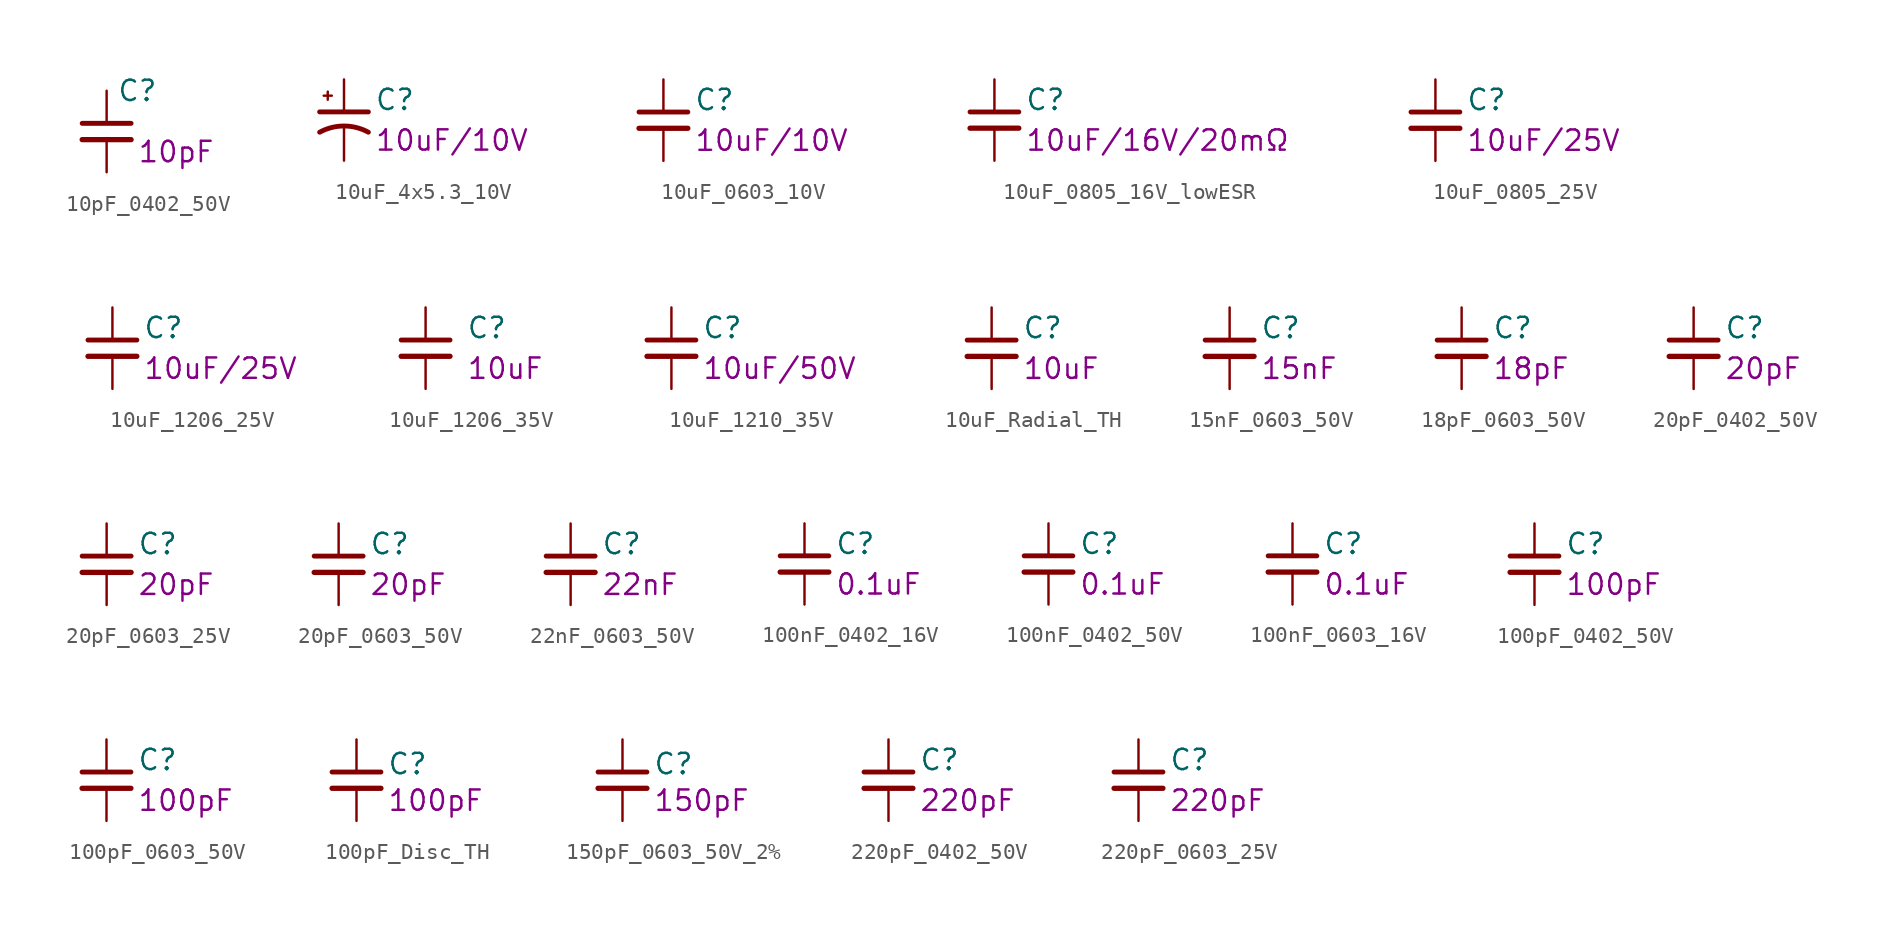
<source format=kicad_sym>
(kicad_symbol_lib
  (version 20211014)
  (generator kicad_symbol_editor)
  (symbol "10pF_0402_50V"
    (pin_numbers hide)
    (pin_names
      (offset 0.254))
    (property "Reference" "C"
      (at 0.635 2.54 0)
      (effects (font (size 1.27 1.27)) (justify left)))
    (property "Display" "10pF"
      (at 1.905 -1.27 0)
      (effects (font (size 1.27 1.27)) (justify left)))
    (symbol "10pF_0402_50V_1_1"
      (polyline (pts (xy -1.524 -0.508) (xy 1.524 -0.508)) (stroke (width 0.33) (type default) (color 0 0 0 0)) (fill (type none)))
      (polyline (pts (xy -1.524 0.508) (xy 1.524 0.508)) (stroke (width 0.305) (type default) (color 0 0 0 0)) (fill (type none)))
      (pin passive line (at 0 2.54 270) (length 2.032) (name "~" (effects (font (size 1.27 1.27)))) (number "1" (effects (font (size 1.27 1.27)))))
      (pin passive line (at 0 -2.54 90) (length 2.032) (name "~" (effects (font (size 1.27 1.27)))) (number "2" (effects (font (size 1.27 1.27)))))))
  (symbol "10uF_4x5.3_10V"
    (pin_numbers hide)
    (pin_names
      (offset 0.254) hide)
    (property "Reference" "C"
      (at 1.905 1.27 0)
      (effects (font (size 1.27 1.27)) (justify left)))
    (property "Display" "10uF/10V"
      (at 1.905 -1.27 0)
      (effects (font (size 1.27 1.27)) (justify left)))
    (symbol "10uF_4x5.3_10V_0_1"
      (polyline (pts (xy -1.524 0.508) (xy 1.524 0.508)) (stroke (width 0.305) (type default) (color 0 0 0 0)) (fill (type none)))
      (polyline (pts (xy -1.27 1.524) (xy -0.762 1.524)) (stroke (width 0) (type default) (color 0 0 0 0)) (fill (type none)))
      (polyline (pts (xy -1.016 1.27) (xy -1.016 1.778)) (stroke (width 0) (type default) (color 0 0 0 0)) (fill (type none)))
      (arc (start 1.524 -0.762) (mid 0 -0.3734) (end -1.524 -0.762) (stroke (width 0.3048) (type default) (color 0 0 0 0)) (fill (type none))))
    (symbol "10uF_4x5.3_10V_1_1"
      (pin passive line (at 0 2.54 270) (length 2.032) (name "~" (effects (font (size 1.27 1.27)))) (number "1" (effects (font (size 1.27 1.27)))))
      (pin passive line (at 0 -2.54 90) (length 2.032) (name "~" (effects (font (size 1.27 1.27)))) (number "2" (effects (font (size 1.27 1.27)))))))
  (symbol "10uF_0603_10V"
    (pin_numbers hide)
    (pin_names
      (offset 0.254) hide)
    (property "Reference" "C"
      (at 1.905 1.27 0)
      (effects (font (size 1.27 1.27)) (justify left)))
    (property "Display" "10uF/10V"
      (at 1.905 -1.27 0)
      (effects (font (size 1.27 1.27)) (justify left)))
    (symbol "10uF_0603_10V_0_1"
      (polyline (pts (xy -1.524 -0.508) (xy 1.524 -0.508)) (stroke (width 0.33) (type default) (color 0 0 0 0)) (fill (type none)))
      (polyline (pts (xy -1.524 0.508) (xy 1.524 0.508)) (stroke (width 0.305) (type default) (color 0 0 0 0)) (fill (type none))))
    (symbol "10uF_0603_10V_1_1"
      (pin passive line (at 0 2.54 270) (length 2.032) (name "~" (effects (font (size 1.27 1.27)))) (number "1" (effects (font (size 1.27 1.27)))))
      (pin passive line (at 0 -2.54 90) (length 2.032) (name "~" (effects (font (size 1.27 1.27)))) (number "2" (effects (font (size 1.27 1.27)))))))
  (symbol "10uF_0805_16V_lowESR"
    (pin_numbers hide)
    (pin_names
      (offset 0.254) hide)
    (property "Reference" "C"
      (at 1.905 1.27 0)
      (effects (font (size 1.27 1.27)) (justify left)))
    (property "Display" "10uF/16V/20mΩ"
      (at 1.905 -1.27 0)
      (effects (font (size 1.27 1.27)) (justify left)))
    (symbol "10uF_0805_16V_lowESR_0_1"
      (polyline (pts (xy -1.524 -0.508) (xy 1.524 -0.508)) (stroke (width 0.33) (type default) (color 0 0 0 0)) (fill (type none)))
      (polyline (pts (xy -1.524 0.508) (xy 1.524 0.508)) (stroke (width 0.305) (type default) (color 0 0 0 0)) (fill (type none))))
    (symbol "10uF_0805_16V_lowESR_1_1"
      (pin passive line (at 0 2.54 270) (length 2.032) (name "~" (effects (font (size 1.27 1.27)))) (number "1" (effects (font (size 1.27 1.27)))))
      (pin passive line (at 0 -2.54 90) (length 2.032) (name "~" (effects (font (size 1.27 1.27)))) (number "2" (effects (font (size 1.27 1.27)))))))
  (symbol "10uF_0805_25V"
    (pin_numbers hide)
    (pin_names
      (offset 0.254) hide)
    (property "Reference" "C"
      (at 1.905 1.27 0)
      (effects (font (size 1.27 1.27)) (justify left)))
    (property "Display" "10uF/25V"
      (at 1.905 -1.27 0)
      (effects (font (size 1.27 1.27)) (justify left)))
    (symbol "10uF_0805_25V_0_1"
      (polyline (pts (xy -1.524 -0.508) (xy 1.524 -0.508)) (stroke (width 0.33) (type default) (color 0 0 0 0)) (fill (type none)))
      (polyline (pts (xy -1.524 0.508) (xy 1.524 0.508)) (stroke (width 0.305) (type default) (color 0 0 0 0)) (fill (type none))))
    (symbol "10uF_0805_25V_1_1"
      (pin passive line (at 0 2.54 270) (length 2.032) (name "~" (effects (font (size 1.27 1.27)))) (number "1" (effects (font (size 1.27 1.27)))))
      (pin passive line (at 0 -2.54 90) (length 2.032) (name "~" (effects (font (size 1.27 1.27)))) (number "2" (effects (font (size 1.27 1.27)))))))
  (symbol "10uF_1206_25V"
    (pin_numbers hide)
    (pin_names
      (offset 0.254) hide)
    (property "Reference" "C"
      (at 1.905 1.27 0)
      (effects (font (size 1.27 1.27)) (justify left)))
    (property "Display" "10uF/25V"
      (at 1.905 -1.27 0)
      (effects (font (size 1.27 1.27)) (justify left)))
    (symbol "10uF_1206_25V_0_1"
      (polyline (pts (xy -1.524 -0.508) (xy 1.524 -0.508)) (stroke (width 0.33) (type default) (color 0 0 0 0)) (fill (type none)))
      (polyline (pts (xy -1.524 0.508) (xy 1.524 0.508)) (stroke (width 0.305) (type default) (color 0 0 0 0)) (fill (type none))))
    (symbol "10uF_1206_25V_1_1"
      (pin passive line (at 0 2.54 270) (length 2.032) (name "~" (effects (font (size 1.27 1.27)))) (number "1" (effects (font (size 1.27 1.27)))))
      (pin passive line (at 0 -2.54 90) (length 2.032) (name "~" (effects (font (size 1.27 1.27)))) (number "2" (effects (font (size 1.27 1.27)))))))
  (symbol "10uF_1206_35V"
    (pin_numbers hide)
    (pin_names
      (offset 0.254))
    (property "Reference" "C"
      (at 2.54 1.27 0)
      (effects (font (size 1.27 1.27)) (justify left)))
    (property "Display" "10uF"
      (at 2.54 -1.27 0)
      (effects (font (size 1.27 1.27)) (justify left)))
    (symbol "10uF_1206_35V_1_1"
      (polyline (pts (xy -1.524 -0.508) (xy 1.524 -0.508)) (stroke (width 0.33) (type default) (color 0 0 0 0)) (fill (type none)))
      (polyline (pts (xy -1.524 0.508) (xy 1.524 0.508)) (stroke (width 0.305) (type default) (color 0 0 0 0)) (fill (type none)))
      (pin passive line (at 0 2.54 270) (length 2.032) (name "~" (effects (font (size 1.27 1.27)))) (number "1" (effects (font (size 1.27 1.27)))))
      (pin passive line (at 0 -2.54 90) (length 2.032) (name "~" (effects (font (size 1.27 1.27)))) (number "2" (effects (font (size 1.27 1.27)))))))
  (symbol "10uF_1210_35V"
    (pin_numbers hide)
    (pin_names
      (offset 0.254))
    (property "Reference" "C"
      (at 1.905 1.27 0)
      (effects (font (size 1.27 1.27)) (justify left)))
    (property "Display" "10uF/50V"
      (at 1.905 -1.27 0)
      (effects (font (size 1.27 1.27)) (justify left)))
    (symbol "10uF_1210_35V_1_1"
      (polyline (pts (xy -1.524 -0.508) (xy 1.524 -0.508)) (stroke (width 0.33) (type default) (color 0 0 0 0)) (fill (type none)))
      (polyline (pts (xy -1.524 0.508) (xy 1.524 0.508)) (stroke (width 0.305) (type default) (color 0 0 0 0)) (fill (type none)))
      (pin passive line (at 0 2.54 270) (length 2.032) (name "~" (effects (font (size 1.27 1.27)))) (number "1" (effects (font (size 1.27 1.27)))))
      (pin passive line (at 0 -2.54 90) (length 2.032) (name "~" (effects (font (size 1.27 1.27)))) (number "2" (effects (font (size 1.27 1.27)))))))
  (symbol "10uF_Radial_TH"
    (pin_numbers hide)
    (pin_names
      (offset 0.254))
    (property "Reference" "C"
      (at 1.905 1.27 0)
      (effects (font (size 1.27 1.27)) (justify left)))
    (property "Display" "10uF"
      (at 1.905 -1.27 0)
      (effects (font (size 1.27 1.27)) (justify left)))
    (symbol "10uF_Radial_TH_1_1"
      (polyline (pts (xy -1.524 -0.508) (xy 1.524 -0.508)) (stroke (width 0.33) (type default) (color 0 0 0 0)) (fill (type none)))
      (polyline (pts (xy -1.524 0.508) (xy 1.524 0.508)) (stroke (width 0.305) (type default) (color 0 0 0 0)) (fill (type none)))
      (pin passive line (at 0 2.54 270) (length 2.032) (name "~" (effects (font (size 1.27 1.27)))) (number "1" (effects (font (size 1.27 1.27)))))
      (pin passive line (at 0 -2.54 90) (length 2.032) (name "~" (effects (font (size 1.27 1.27)))) (number "2" (effects (font (size 1.27 1.27)))))))
  (symbol "15nF_0603_50V"
    (pin_numbers hide)
    (pin_names
      (offset 0.254) hide)
    (property "Reference" "C"
      (at 1.905 1.27 0)
      (effects (font (size 1.27 1.27)) (justify left)))
    (property "Display" "15nF"
      (at 1.905 -1.27 0)
      (effects (font (size 1.27 1.27)) (justify left)))
    (symbol "15nF_0603_50V_0_1"
      (polyline (pts (xy -1.524 -0.508) (xy 1.524 -0.508)) (stroke (width 0.33) (type default) (color 0 0 0 0)) (fill (type none)))
      (polyline (pts (xy -1.524 0.508) (xy 1.524 0.508)) (stroke (width 0.305) (type default) (color 0 0 0 0)) (fill (type none))))
    (symbol "15nF_0603_50V_1_1"
      (pin passive line (at 0 2.54 270) (length 2.032) (name "~" (effects (font (size 1.27 1.27)))) (number "1" (effects (font (size 1.27 1.27)))))
      (pin passive line (at 0 -2.54 90) (length 2.032) (name "~" (effects (font (size 1.27 1.27)))) (number "2" (effects (font (size 1.27 1.27)))))))
  (symbol "18pF_0603_50V"
    (pin_numbers hide)
    (pin_names
      (offset 0.254) hide)
    (property "Reference" "C"
      (at 1.905 1.27 0)
      (effects (font (size 1.27 1.27)) (justify left)))
    (property "Display" "18pF"
      (at 1.905 -1.27 0)
      (effects (font (size 1.27 1.27)) (justify left)))
    (symbol "18pF_0603_50V_0_1"
      (polyline (pts (xy -1.524 -0.508) (xy 1.524 -0.508)) (stroke (width 0.33) (type default) (color 0 0 0 0)) (fill (type none)))
      (polyline (pts (xy -1.524 0.508) (xy 1.524 0.508)) (stroke (width 0.305) (type default) (color 0 0 0 0)) (fill (type none))))
    (symbol "18pF_0603_50V_1_1"
      (pin passive line (at 0 2.54 270) (length 2.032) (name "~" (effects (font (size 1.27 1.27)))) (number "1" (effects (font (size 1.27 1.27)))))
      (pin passive line (at 0 -2.54 90) (length 2.032) (name "~" (effects (font (size 1.27 1.27)))) (number "2" (effects (font (size 1.27 1.27)))))))
  (symbol "20pF_0402_50V"
    (pin_numbers hide)
    (pin_names
      (offset 0.254) hide)
    (property "Reference" "C"
      (at 1.905 1.27 0)
      (effects (font (size 1.27 1.27)) (justify left)))
    (property "Display" "20pF"
      (at 1.905 -1.27 0)
      (effects (font (size 1.27 1.27)) (justify left)))
    (symbol "20pF_0402_50V_0_1"
      (polyline (pts (xy -1.524 -0.508) (xy 1.524 -0.508)) (stroke (width 0.33) (type default) (color 0 0 0 0)) (fill (type none)))
      (polyline (pts (xy -1.524 0.508) (xy 1.524 0.508)) (stroke (width 0.305) (type default) (color 0 0 0 0)) (fill (type none))))
    (symbol "20pF_0402_50V_1_1"
      (pin passive line (at 0 2.54 270) (length 2.032) (name "~" (effects (font (size 1.27 1.27)))) (number "1" (effects (font (size 1.27 1.27)))))
      (pin passive line (at 0 -2.54 90) (length 2.032) (name "~" (effects (font (size 1.27 1.27)))) (number "2" (effects (font (size 1.27 1.27)))))))
  (symbol "20pF_0603_25V"
    (pin_numbers hide)
    (pin_names
      (offset 0.254) hide)
    (property "Reference" "C"
      (at 1.905 1.27 0)
      (effects (font (size 1.27 1.27)) (justify left)))
    (property "Display" "20pF"
      (at 1.905 -1.27 0)
      (effects (font (size 1.27 1.27)) (justify left)))
    (symbol "20pF_0603_25V_0_1"
      (polyline (pts (xy -1.524 -0.508) (xy 1.524 -0.508)) (stroke (width 0.33) (type default) (color 0 0 0 0)) (fill (type none)))
      (polyline (pts (xy -1.524 0.508) (xy 1.524 0.508)) (stroke (width 0.305) (type default) (color 0 0 0 0)) (fill (type none))))
    (symbol "20pF_0603_25V_1_1"
      (pin passive line (at 0 2.54 270) (length 2.032) (name "~" (effects (font (size 1.27 1.27)))) (number "1" (effects (font (size 1.27 1.27)))))
      (pin passive line (at 0 -2.54 90) (length 2.032) (name "~" (effects (font (size 1.27 1.27)))) (number "2" (effects (font (size 1.27 1.27)))))))
  (symbol "20pF_0603_50V"
    (pin_numbers hide)
    (pin_names
      (offset 0.254) hide)
    (property "Reference" "C"
      (at 1.905 1.27 0)
      (effects (font (size 1.27 1.27)) (justify left)))
    (property "Display" "20pF"
      (at 1.905 -1.27 0)
      (effects (font (size 1.27 1.27)) (justify left)))
    (symbol "20pF_0603_50V_0_1"
      (polyline (pts (xy -1.524 -0.508) (xy 1.524 -0.508)) (stroke (width 0.33) (type default) (color 0 0 0 0)) (fill (type none)))
      (polyline (pts (xy -1.524 0.508) (xy 1.524 0.508)) (stroke (width 0.305) (type default) (color 0 0 0 0)) (fill (type none))))
    (symbol "20pF_0603_50V_1_1"
      (pin passive line (at 0 2.54 270) (length 2.032) (name "~" (effects (font (size 1.27 1.27)))) (number "1" (effects (font (size 1.27 1.27)))))
      (pin passive line (at 0 -2.54 90) (length 2.032) (name "~" (effects (font (size 1.27 1.27)))) (number "2" (effects (font (size 1.27 1.27)))))))
  (symbol "22nF_0603_50V"
    (pin_numbers hide)
    (pin_names
      (offset 0.254) hide)
    (property "Reference" "C"
      (at 1.905 1.27 0)
      (effects (font (size 1.27 1.27)) (justify left)))
    (property "Display" "22nF"
      (at 1.905 -1.27 0)
      (effects (font (size 1.27 1.27)) (justify left)))
    (symbol "22nF_0603_50V_0_1"
      (polyline (pts (xy -1.524 -0.508) (xy 1.524 -0.508)) (stroke (width 0.33) (type default) (color 0 0 0 0)) (fill (type none)))
      (polyline (pts (xy -1.524 0.508) (xy 1.524 0.508)) (stroke (width 0.305) (type default) (color 0 0 0 0)) (fill (type none))))
    (symbol "22nF_0603_50V_1_1"
      (pin passive line (at 0 2.54 270) (length 2.032) (name "~" (effects (font (size 1.27 1.27)))) (number "1" (effects (font (size 1.27 1.27)))))
      (pin passive line (at 0 -2.54 90) (length 2.032) (name "~" (effects (font (size 1.27 1.27)))) (number "2" (effects (font (size 1.27 1.27)))))))
  (symbol "100nF_0402_16V"
    (pin_numbers hide)
    (pin_names
      (offset 0.254) hide)
    (property "Reference" "C"
      (at 1.905 1.27 0)
      (effects (font (size 1.27 1.27)) (justify left)))
    (property "Display" "0.1uF"
      (at 1.905 -1.27 0)
      (effects (font (size 1.27 1.27)) (justify left)))
    (symbol "100nF_0402_16V_0_1"
      (polyline (pts (xy -1.524 -0.508) (xy 1.524 -0.508)) (stroke (width 0.33) (type default) (color 0 0 0 0)) (fill (type none)))
      (polyline (pts (xy -1.524 0.508) (xy 1.524 0.508)) (stroke (width 0.305) (type default) (color 0 0 0 0)) (fill (type none))))
    (symbol "100nF_0402_16V_1_1"
      (pin passive line (at 0 2.54 270) (length 2.032) (name "~" (effects (font (size 1.27 1.27)))) (number "1" (effects (font (size 1.27 1.27)))))
      (pin passive line (at 0 -2.54 90) (length 2.032) (name "~" (effects (font (size 1.27 1.27)))) (number "2" (effects (font (size 1.27 1.27)))))))
  (symbol "100nF_0402_50V"
    (pin_numbers hide)
    (pin_names
      (offset 0.254) hide)
    (property "Reference" "C"
      (at 1.905 1.27 0)
      (effects (font (size 1.27 1.27)) (justify left)))
    (property "Display" "0.1uF"
      (at 1.905 -1.27 0)
      (effects (font (size 1.27 1.27)) (justify left)))
    (symbol "100nF_0402_50V_0_1"
      (polyline (pts (xy -1.524 -0.508) (xy 1.524 -0.508)) (stroke (width 0.33) (type default) (color 0 0 0 0)) (fill (type none)))
      (polyline (pts (xy -1.524 0.508) (xy 1.524 0.508)) (stroke (width 0.305) (type default) (color 0 0 0 0)) (fill (type none))))
    (symbol "100nF_0402_50V_1_1"
      (pin passive line (at 0 2.54 270) (length 2.032) (name "~" (effects (font (size 1.27 1.27)))) (number "1" (effects (font (size 1.27 1.27)))))
      (pin passive line (at 0 -2.54 90) (length 2.032) (name "~" (effects (font (size 1.27 1.27)))) (number "2" (effects (font (size 1.27 1.27)))))))
  (symbol "100nF_0603_16V"
    (pin_numbers hide)
    (pin_names
      (offset 0.254) hide)
    (property "Reference" "C"
      (at 1.905 1.27 0)
      (effects (font (size 1.27 1.27)) (justify left)))
    (property "Display" "0.1uF"
      (at 1.905 -1.27 0)
      (effects (font (size 1.27 1.27)) (justify left)))
    (symbol "100nF_0603_16V_0_1"
      (polyline (pts (xy -1.524 -0.508) (xy 1.524 -0.508)) (stroke (width 0.33) (type default) (color 0 0 0 0)) (fill (type none)))
      (polyline (pts (xy -1.524 0.508) (xy 1.524 0.508)) (stroke (width 0.305) (type default) (color 0 0 0 0)) (fill (type none))))
    (symbol "100nF_0603_16V_1_1"
      (pin passive line (at 0 2.54 270) (length 2.032) (name "~" (effects (font (size 1.27 1.27)))) (number "1" (effects (font (size 1.27 1.27)))))
      (pin passive line (at 0 -2.54 90) (length 2.032) (name "~" (effects (font (size 1.27 1.27)))) (number "2" (effects (font (size 1.27 1.27)))))))
  (symbol "100pF_0402_50V"
    (pin_numbers hide)
    (pin_names
      (offset 0.254) hide)
    (property "Reference" "C"
      (at 1.905 1.27 0)
      (effects (font (size 1.27 1.27)) (justify left)))
    (property "Display" "100pF"
      (at 1.905 -1.27 0)
      (effects (font (size 1.27 1.27)) (justify left)))
    (symbol "100pF_0402_50V_0_1"
      (polyline (pts (xy -1.524 -0.508) (xy 1.524 -0.508)) (stroke (width 0.33) (type default) (color 0 0 0 0)) (fill (type none)))
      (polyline (pts (xy -1.524 0.508) (xy 1.524 0.508)) (stroke (width 0.305) (type default) (color 0 0 0 0)) (fill (type none))))
    (symbol "100pF_0402_50V_1_1"
      (pin passive line (at 0 2.54 270) (length 2.032) (name "~" (effects (font (size 1.27 1.27)))) (number "1" (effects (font (size 1.27 1.27)))))
      (pin passive line (at 0 -2.54 90) (length 2.032) (name "~" (effects (font (size 1.27 1.27)))) (number "2" (effects (font (size 1.27 1.27)))))))
  (symbol "100pF_0603_50V"
    (pin_numbers hide)
    (pin_names
      (offset 0.254) hide)
    (property "Reference" "C"
      (at 1.905 1.27 0)
      (effects (font (size 1.27 1.27)) (justify left)))
    (property "Display" "100pF"
      (at 1.905 -1.27 0)
      (effects (font (size 1.27 1.27)) (justify left)))
    (symbol "100pF_0603_50V_0_1"
      (polyline (pts (xy -1.524 -0.508) (xy 1.524 -0.508)) (stroke (width 0.33) (type default) (color 0 0 0 0)) (fill (type none)))
      (polyline (pts (xy -1.524 0.508) (xy 1.524 0.508)) (stroke (width 0.305) (type default) (color 0 0 0 0)) (fill (type none))))
    (symbol "100pF_0603_50V_1_1"
      (pin passive line (at 0 2.54 270) (length 2.032) (name "~" (effects (font (size 1.27 1.27)))) (number "1" (effects (font (size 1.27 1.27)))))
      (pin passive line (at 0 -2.54 90) (length 2.032) (name "~" (effects (font (size 1.27 1.27)))) (number "2" (effects (font (size 1.27 1.27)))))))
  (symbol "100pF_Disc_TH"
    (pin_numbers hide)
    (pin_names
      (offset 0.254) hide)
    (property "Reference" "C"
      (at 1.905 1.016 0)
      (effects (font (size 1.27 1.27)) (justify left)))
    (property "Display" "100pF"
      (at 1.905 -1.27 0)
      (effects (font (size 1.27 1.27)) (justify left)))
    (symbol "100pF_Disc_TH_0_1"
      (polyline (pts (xy -1.524 -0.508) (xy 1.524 -0.508)) (stroke (width 0.33) (type default) (color 0 0 0 0)) (fill (type none)))
      (polyline (pts (xy -1.524 0.508) (xy 1.524 0.508)) (stroke (width 0.305) (type default) (color 0 0 0 0)) (fill (type none))))
    (symbol "100pF_Disc_TH_1_1"
      (pin passive line (at 0 2.54 270) (length 2.032) (name "~" (effects (font (size 1.27 1.27)))) (number "1" (effects (font (size 1.27 1.27)))))
      (pin passive line (at 0 -2.54 90) (length 2.032) (name "~" (effects (font (size 1.27 1.27)))) (number "2" (effects (font (size 1.27 1.27)))))))
  (symbol "150pF_0603_50V_2%"
    (pin_numbers hide)
    (pin_names
      (offset 0.254) hide)
    (property "Reference" "C"
      (at 1.905 1.016 0)
      (effects (font (size 1.27 1.27)) (justify left)))
    (property "Display" "150pF"
      (at 1.905 -1.27 0)
      (effects (font (size 1.27 1.27)) (justify left)))
    (symbol "150pF_0603_50V_2%_0_1"
      (polyline (pts (xy -1.524 -0.508) (xy 1.524 -0.508)) (stroke (width 0.33) (type default) (color 0 0 0 0)) (fill (type none)))
      (polyline (pts (xy -1.524 0.508) (xy 1.524 0.508)) (stroke (width 0.305) (type default) (color 0 0 0 0)) (fill (type none))))
    (symbol "150pF_0603_50V_2%_1_1"
      (pin passive line (at 0 2.54 270) (length 2.032) (name "~" (effects (font (size 1.27 1.27)))) (number "1" (effects (font (size 1.27 1.27)))))
      (pin passive line (at 0 -2.54 90) (length 2.032) (name "~" (effects (font (size 1.27 1.27)))) (number "2" (effects (font (size 1.27 1.27)))))))
  (symbol "220pF_0402_50V"
    (pin_numbers hide)
    (pin_names
      (offset 0.254) hide)
    (property "Reference" "C"
      (at 1.905 1.27 0)
      (effects (font (size 1.27 1.27)) (justify left)))
    (property "Display" "220pF"
      (at 1.905 -1.27 0)
      (effects (font (size 1.27 1.27)) (justify left)))
    (symbol "220pF_0402_50V_0_1"
      (polyline (pts (xy -1.524 -0.508) (xy 1.524 -0.508)) (stroke (width 0.33) (type default) (color 0 0 0 0)) (fill (type none)))
      (polyline (pts (xy -1.524 0.508) (xy 1.524 0.508)) (stroke (width 0.305) (type default) (color 0 0 0 0)) (fill (type none))))
    (symbol "220pF_0402_50V_1_1"
      (pin passive line (at 0 2.54 270) (length 2.032) (name "~" (effects (font (size 1.27 1.27)))) (number "1" (effects (font (size 1.27 1.27)))))
      (pin passive line (at 0 -2.54 90) (length 2.032) (name "~" (effects (font (size 1.27 1.27)))) (number "2" (effects (font (size 1.27 1.27)))))))
  (symbol "220pF_0603_25V"
    (pin_numbers hide)
    (pin_names
      (offset 0.254) hide)
    (property "Reference" "C"
      (at 1.905 1.27 0)
      (effects (font (size 1.27 1.27)) (justify left)))
    (property "Display" "220pF"
      (at 1.905 -1.27 0)
      (effects (font (size 1.27 1.27)) (justify left)))
    (symbol "220pF_0603_25V_0_1"
      (polyline (pts (xy -1.524 -0.508) (xy 1.524 -0.508)) (stroke (width 0.33) (type default) (color 0 0 0 0)) (fill (type none)))
      (polyline (pts (xy -1.524 0.508) (xy 1.524 0.508)) (stroke (width 0.305) (type default) (color 0 0 0 0)) (fill (type none))))
    (symbol "220pF_0603_25V_1_1"
      (pin passive line (at 0 2.54 270) (length 2.032) (name "~" (effects (font (size 1.27 1.27)))) (number "1" (effects (font (size 1.27 1.27)))))
      (pin passive line (at 0 -2.54 90) (length 2.032) (name "~" (effects (font (size 1.27 1.27)))) (number "2" (effects (font (size 1.27 1.27))))))))
</source>
